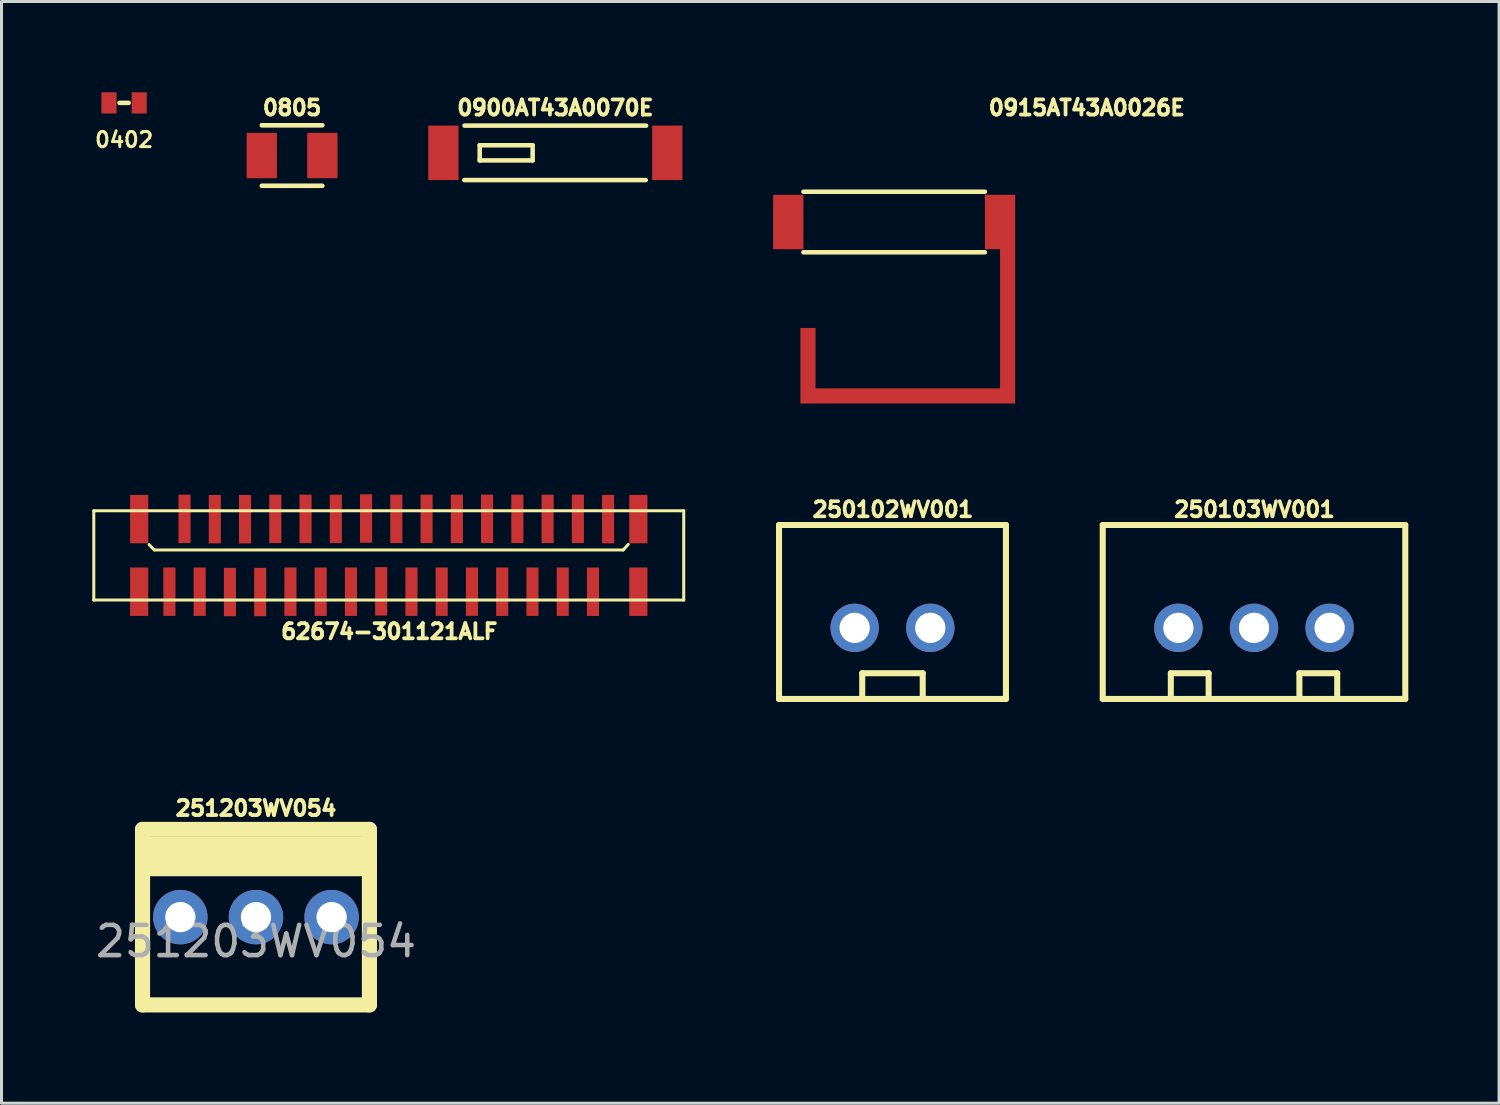
<source format=kicad_pcb>
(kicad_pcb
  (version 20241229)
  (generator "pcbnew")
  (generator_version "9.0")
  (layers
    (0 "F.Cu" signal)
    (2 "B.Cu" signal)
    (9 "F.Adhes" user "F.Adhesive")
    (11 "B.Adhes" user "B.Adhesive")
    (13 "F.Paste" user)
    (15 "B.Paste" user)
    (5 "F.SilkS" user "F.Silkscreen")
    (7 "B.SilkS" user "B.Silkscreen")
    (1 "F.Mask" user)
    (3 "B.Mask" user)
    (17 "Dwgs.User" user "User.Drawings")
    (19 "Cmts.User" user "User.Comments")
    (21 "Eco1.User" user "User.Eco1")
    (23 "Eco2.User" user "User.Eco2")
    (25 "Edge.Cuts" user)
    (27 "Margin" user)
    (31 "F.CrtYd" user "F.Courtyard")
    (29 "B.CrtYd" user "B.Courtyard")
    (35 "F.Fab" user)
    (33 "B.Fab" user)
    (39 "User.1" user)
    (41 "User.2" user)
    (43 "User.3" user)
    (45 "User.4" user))
  (footprint "0900AT43A0070E"
    (layer "F.Cu")
    (at 15.306 2.002)
    (property "Reference" "0900AT43A0070E" (at 0 -1.49 0) (layer "F.SilkS") (effects (font (size 0.5 0.5) (thickness 0.125))))
    (attr through_hole)
    (fp_line (start -3.01 0.9) (end 2.99 0.9) (stroke (width 0.15) (type solid)) (layer "F.SilkS"))
    (fp_line (start -3 -0.9) (end 3 -0.9) (stroke (width 0.15) (type solid)) (layer "F.SilkS"))
    (fp_line (start -2.5 -0.25) (end -2.5 0.25) (stroke (width 0.15) (type solid)) (layer "F.SilkS"))
    (fp_line (start -2.5 -0.25) (end -0.75 -0.25) (stroke (width 0.15) (type solid)) (layer "F.SilkS"))
    (fp_line (start -2.5 0.25) (end -0.75 0.25) (stroke (width 0.15) (type solid)) (layer "F.SilkS"))
    (fp_line (start -0.75 -0.25) (end -0.75 0.25) (stroke (width 0.15) (type solid)) (layer "F.SilkS"))
    (pad "1" smd rect (at -3.7 0) (size 1 1.8) (layers "F.Cu" "F.Mask" "F.Paste"))
    (pad "2" smd rect (at 3.7 0) (size 1 1.8) (layers "F.Cu" "F.Mask" "F.Paste")))
  (footprint "62674-301121ALF"
    (layer "F.Cu")
    (at 9.8 15.308)
    (property "Reference" "62674-301121ALF" (at 0.018 2.515 0) (layer "F.SilkS") (effects (font (size 0.5 0.5) (thickness 0.125))))
    (attr through_hole)
    (fp_line (start -9.75 -1.475) (end -9.75 1.475) (stroke (width 0.1) (type solid)) (layer "F.SilkS"))
    (fp_line (start -9.75 -1.475) (end 9.75 -1.475) (stroke (width 0.1) (type solid)) (layer "F.SilkS"))
    (fp_line (start -9.75 1.475) (end 9.75 1.475) (stroke (width 0.1) (type solid)) (layer "F.SilkS"))
    (fp_line (start -7.75 -0.18) (end -7.923 -0.357) (stroke (width 0.1) (type solid)) (layer "F.SilkS"))
    (fp_line (start -7.75 -0.18) (end 7.75 -0.18) (stroke (width 0.1) (type solid)) (layer "F.SilkS"))
    (fp_line (start 7.75 -0.18) (end 7.915 -0.364) (stroke (width 0.1) (type solid)) (layer "F.SilkS"))
    (fp_line (start 9.75 -1.475) (end 9.75 1.475) (stroke (width 0.1) (type solid)) (layer "F.SilkS"))
    (pad "" smd rect (at -8.25 -1.2) (size 0.6 1.6) (layers "F.Cu" "F.Mask" "F.Paste"))
    (pad "" smd rect (at -8.25 1.2) (size 0.6 1.6) (layers "F.Cu" "F.Mask" "F.Paste"))
    (pad "" smd rect (at 8.25 -1.2) (size 0.6 1.6) (layers "F.Cu" "F.Mask" "F.Paste"))
    (pad "" smd rect (at 8.25 1.2) (size 0.6 1.6) (layers "F.Cu" "F.Mask" "F.Paste"))
    (pad "1" smd rect (at 7.25 -1.2) (size 0.4 1.6) (layers "F.Cu" "F.Mask" "F.Paste"))
    (pad "2" smd rect (at 6.75 1.2) (size 0.4 1.6) (layers "F.Cu" "F.Mask" "F.Paste"))
    (pad "3" smd rect (at 6.25 -1.208) (size 0.4 1.6) (layers "F.Cu" "F.Mask" "F.Paste"))
    (pad "4" smd rect (at 5.75 1.2) (size 0.4 1.6) (layers "F.Cu" "F.Mask" "F.Paste"))
    (pad "5" smd rect (at 5.25 -1.208) (size 0.4 1.6) (layers "F.Cu" "F.Mask" "F.Paste"))
    (pad "6" smd rect (at 4.75 1.2) (size 0.4 1.6) (layers "F.Cu" "F.Mask" "F.Paste"))
    (pad "7" smd rect (at 4.25 -1.208) (size 0.4 1.6) (layers "F.Cu" "F.Mask" "F.Paste"))
    (pad "8" smd rect (at 3.75 1.2) (size 0.4 1.6) (layers "F.Cu" "F.Mask" "F.Paste"))
    (pad "9" smd rect (at 3.25 -1.208) (size 0.4 1.6) (layers "F.Cu" "F.Mask" "F.Paste"))
    (pad "10" smd rect (at 2.75 1.2) (size 0.4 1.6) (layers "F.Cu" "F.Mask" "F.Paste"))
    (pad "11" smd rect (at 2.25 -1.208) (size 0.4 1.6) (layers "F.Cu" "F.Mask" "F.Paste"))
    (pad "12" smd rect (at 1.75 1.2) (size 0.4 1.6) (layers "F.Cu" "F.Mask" "F.Paste"))
    (pad "13" smd rect (at 1.25 -1.208) (size 0.4 1.6) (layers "F.Cu" "F.Mask" "F.Paste"))
    (pad "14" smd rect (at 0.75 1.2) (size 0.4 1.6) (layers "F.Cu" "F.Mask" "F.Paste"))
    (pad "15" smd rect (at 0.25 -1.208) (size 0.4 1.6) (layers "F.Cu" "F.Mask" "F.Paste"))
    (pad "16" smd rect (at -0.25 1.188) (size 0.4 1.6) (layers "F.Cu" "F.Mask" "F.Paste"))
    (pad "17" smd rect (at -0.75 -1.22) (size 0.4 1.6) (layers "F.Cu" "F.Mask" "F.Paste"))
    (pad "18" smd rect (at -1.25 1.2) (size 0.4 1.6) (layers "F.Cu" "F.Mask" "F.Paste"))
    (pad "19" smd rect (at -1.75 -1.208) (size 0.4 1.6) (layers "F.Cu" "F.Mask" "F.Paste"))
    (pad "20" smd rect (at -2.25 1.2) (size 0.4 1.6) (layers "F.Cu" "F.Mask" "F.Paste"))
    (pad "21" smd rect (at -2.75 -1.208) (size 0.4 1.6) (layers "F.Cu" "F.Mask" "F.Paste"))
    (pad "22" smd rect (at -3.25 1.2) (size 0.4 1.6) (layers "F.Cu" "F.Mask" "F.Paste"))
    (pad "23" smd rect (at -3.75 -1.208) (size 0.4 1.6) (layers "F.Cu" "F.Mask" "F.Paste"))
    (pad "24" smd rect (at -4.25 1.211) (size 0.4 1.6) (layers "F.Cu" "F.Mask" "F.Paste"))
    (pad "25" smd rect (at -4.75 -1.197) (size 0.4 1.6) (layers "F.Cu" "F.Mask" "F.Paste"))
    (pad "26" smd rect (at -5.25 1.211) (size 0.4 1.6) (layers "F.Cu" "F.Mask" "F.Paste"))
    (pad "27" smd rect (at -5.75 -1.197) (size 0.4 1.6) (layers "F.Cu" "F.Mask" "F.Paste"))
    (pad "28" smd rect (at -6.25 1.2) (size 0.4 1.6) (layers "F.Cu" "F.Mask" "F.Paste"))
    (pad "29" smd rect (at -6.75 -1.208) (size 0.4 1.6) (layers "F.Cu" "F.Mask" "F.Paste"))
    (pad "30" smd rect (at -7.25 1.2) (size 0.4 1.6) (layers "F.Cu" "F.Mask" "F.Paste")))
  (footprint "250103WV001"
    (layer "F.Cu")
    (at 38.4 17.703)
    (property "Reference" "250103WV001" (at 0.015 -3.912 0) (layer "F.SilkS") (effects (font (size 0.5 0.5) (thickness 0.12))))
    (attr through_hole)
    (fp_line (start -5 -3.4) (end -5 2.35) (stroke (width 0.2) (type solid)) (layer "F.SilkS"))
    (fp_line (start -5 -3.4) (end 5 -3.4) (stroke (width 0.2) (type solid)) (layer "F.SilkS"))
    (fp_line (start -5 2.35) (end 5 2.35) (stroke (width 0.2) (type solid)) (layer "F.SilkS"))
    (fp_line (start -2.75 1.5) (end -2.75 2.35) (stroke (width 0.2) (type solid)) (layer "F.SilkS"))
    (fp_line (start -2.75 1.5) (end -1.5 1.5) (stroke (width 0.2) (type solid)) (layer "F.SilkS"))
    (fp_line (start -1.5 1.5) (end -1.5 2.35) (stroke (width 0.2) (type solid)) (layer "F.SilkS"))
    (fp_line (start 1.5 1.5) (end 1.5 2.35) (stroke (width 0.2) (type solid)) (layer "F.SilkS"))
    (fp_line (start 1.5 1.5) (end 2.75 1.5) (stroke (width 0.2) (type solid)) (layer "F.SilkS"))
    (fp_line (start 2.75 1.5) (end 2.75 2.35) (stroke (width 0.2) (type solid)) (layer "F.SilkS"))
    (fp_line (start 5 -3.4) (end 5 2.35) (stroke (width 0.2) (type solid)) (layer "F.SilkS"))
    (pad "1" thru_hole circle (at -2.5 0) (size 1.6 1.6) (drill 1) (layers "*.Cu" "*.Mask"))
    (pad "2" thru_hole circle (at 0 0) (size 1.6 1.6) (drill 1) (layers "*.Cu" "*.Mask"))
    (pad "3" thru_hole circle (at 2.5 0) (size 1.6 1.6) (drill 1) (layers "*.Cu" "*.Mask")))
  (footprint "0915AT43A0026E"
    (layer "F.Cu")
    (at 26.506 4.288)
    (property "Reference" "0915AT43A0026E" (at 6.367 -3.776 0) (layer "F.SilkS") (effects (font (size 0.5 0.5) (thickness 0.125))))
    (attr through_hole)
    (fp_line (start -3 -1) (end 3 -1) (stroke (width 0.15) (type solid)) (layer "F.SilkS"))
    (fp_line (start -3 1) (end 3 1) (stroke (width 0.15) (type solid)) (layer "F.SilkS"))
    (pad "1" smd rect (at -3.5 0) (size 1 1.8) (layers "F.Cu" "F.Mask" "F.Paste"))
    (pad "2" smd custom (at 3.5 0) (size 0.5 0.5) (layers "F.Cu" "F.Mask" "F.Paste") (options (anchor rect)) (primitives (gr_poly (pts (xy 0.5 -0.9) (xy 0.5 6) (xy -6.6 6) (xy -6.6 3.5) (xy -6.1 3.5) (xy -6.1 5.5) (xy 0 5.5) (xy 0 0.9) (xy -0.5 0.9) (xy -0.5 -0.9)) (width 0) (fill yes)))))
  (footprint "250102WV001"
    (layer "F.Cu")
    (at 26.45 17.703)
    (property "Reference" "250102WV001" (at 0.015 -3.912 0) (layer "F.SilkS") (effects (font (size 0.5 0.5) (thickness 0.12))))
    (attr through_hole)
    (fp_line (start -3.75 -3.4) (end -3.75 2.35) (stroke (width 0.2) (type solid)) (layer "F.SilkS"))
    (fp_line (start -3.75 -3.4) (end 3.75 -3.4) (stroke (width 0.2) (type solid)) (layer "F.SilkS"))
    (fp_line (start -3.75 2.35) (end 3.75 2.35) (stroke (width 0.2) (type solid)) (layer "F.SilkS"))
    (fp_line (start -1 1.5) (end -1 2.35) (stroke (width 0.2) (type solid)) (layer "F.SilkS"))
    (fp_line (start -1 1.5) (end 1 1.5) (stroke (width 0.2) (type solid)) (layer "F.SilkS"))
    (fp_line (start 1 1.5) (end 1 2.35) (stroke (width 0.2) (type solid)) (layer "F.SilkS"))
    (fp_line (start 3.75 -3.4) (end 3.75 2.35) (stroke (width 0.2) (type solid)) (layer "F.SilkS"))
    (pad "1" thru_hole circle (at -1.25 0) (size 1.6 1.6) (drill 1) (layers "*.Cu" "*.Mask"))
    (pad "2" thru_hole circle (at 1.25 0) (size 1.6 1.6) (drill 1) (layers "*.Cu" "*.Mask")))
  (footprint "251203WV054"
    (layer "F.Cu")
    (at 5.411 27.265)
    (property "Reference" "251203WV054" (at 0 -3.6 0) (unlocked yes) (layer "F.SilkS") (effects (font (size 0.5 0.5) (thickness 0.125) (bold yes))))
    (attr through_hole)
    (fp_line (start -3.75 -2.9) (end -3.75 2.9) (stroke (width 0.5) (type default)) (layer "F.SilkS"))
    (fp_line (start -3.75 -2.9) (end 3.75 -2.9) (stroke (width 0.5) (type default)) (layer "F.SilkS"))
    (fp_line (start -3.75 -2.4) (end 3.75 -2.4) (stroke (width 0.5) (type default)) (layer "F.SilkS"))
    (fp_line (start -3.75 -2) (end 3.75 -2) (stroke (width 0.5) (type default)) (layer "F.SilkS"))
    (fp_line (start -3.75 -1.6) (end 3.75 -1.6) (stroke (width 0.5) (type default)) (layer "F.SilkS"))
    (fp_line (start -3.75 2.9) (end 3.75 2.9) (stroke (width 0.5) (type default)) (layer "F.SilkS"))
    (fp_line (start 3.75 -2.9) (end 3.75 2.9) (stroke (width 0.5) (type default)) (layer "F.SilkS"))
    (fp_text user "${REFERENCE}" (at 0 0.8 0) (unlocked yes) (layer "F.Fab") (effects (font (size 1 1) (thickness 0.15))))
    (pad "1" thru_hole circle (at -2.5 0) (size 1.8 1.8) (drill 1) (layers "*.Cu" "*.Mask"))
    (pad "2" thru_hole circle (at 0 0) (size 1.8 1.8) (drill 1) (layers "*.Cu" "*.Mask"))
    (pad "3" thru_hole circle (at 2.5 0) (size 1.8 1.8) (drill 1) (layers "*.Cu" "*.Mask")))
  (footprint "0805"
    (layer "F.Cu")
    (at 6.604 2.091)
    (property "Reference" "0805" (at 0 -1.58 0) (layer "F.SilkS") (effects (font (size 0.5 0.5) (thickness 0.124))))
    (attr through_hole)
    (fp_line (start -1 -1) (end 1 -1) (stroke (width 0.152) (type solid)) (layer "F.SilkS"))
    (fp_line (start -1 1) (end 1 1) (stroke (width 0.152) (type solid)) (layer "F.SilkS"))
    (pad "1" smd trapezoid (at -1.001 0) (size 1.001 1.501) (layers "F.Cu" "F.Mask" "F.Paste"))
    (pad "2" smd trapezoid (at 1.001 0) (size 1.001 1.501) (layers "F.Cu" "F.Mask" "F.Paste")))
  (footprint "0402"
    (layer "F.Cu")
    (at 1.052 0.351)
    (property "Reference" "0402" (at 0 1.219 0) (layer "F.SilkS") (effects (font (size 0.5 0.5) (thickness 0.099))))
    (attr through_hole)
    (fp_line (start -0.15 0) (end 0.15 0) (stroke (width 0.15) (type solid)) (layer "F.SilkS"))
    (pad "1" smd rect (at -0.5 0) (size 0.5 0.701) (layers "F.Cu" "F.Mask" "F.Paste"))
    (pad "2" smd rect (at 0.5 0) (size 0.5 0.701) (layers "F.Cu" "F.Mask" "F.Paste")))
  (gr_rect
    (start -3 -3)
    (end 46.5 33.415)
    (stroke (width 0.1) (type default))
    (fill no)
    (layer "Edge.Cuts")))
</source>
